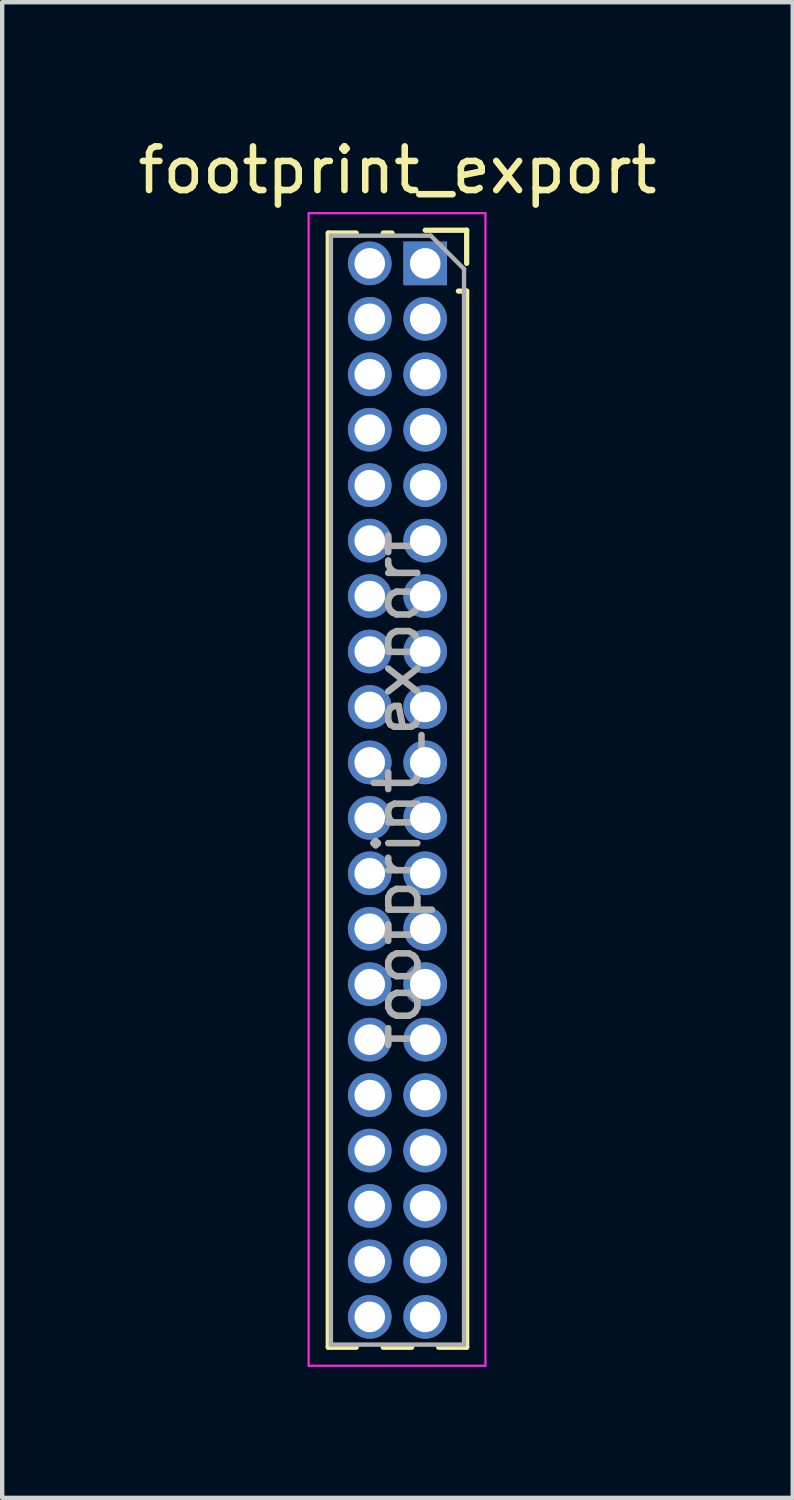
<source format=kicad_pcb>
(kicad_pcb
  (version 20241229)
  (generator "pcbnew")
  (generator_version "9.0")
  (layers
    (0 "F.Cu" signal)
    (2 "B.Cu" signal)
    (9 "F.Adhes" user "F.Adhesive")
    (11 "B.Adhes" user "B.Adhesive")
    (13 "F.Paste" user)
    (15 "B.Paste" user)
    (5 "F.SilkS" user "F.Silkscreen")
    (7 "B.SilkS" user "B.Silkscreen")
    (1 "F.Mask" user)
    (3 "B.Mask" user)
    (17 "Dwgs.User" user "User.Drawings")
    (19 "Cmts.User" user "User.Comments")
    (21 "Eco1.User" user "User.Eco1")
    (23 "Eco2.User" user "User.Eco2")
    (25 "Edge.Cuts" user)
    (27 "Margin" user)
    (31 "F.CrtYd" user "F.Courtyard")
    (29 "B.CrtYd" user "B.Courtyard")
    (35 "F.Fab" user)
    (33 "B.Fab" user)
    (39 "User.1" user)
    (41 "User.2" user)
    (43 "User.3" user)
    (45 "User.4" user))
  (footprint "footprint_export"
    (layer "F.Cu")
    (at 6.689 2.983)
    (property "Reference" "footprint_export" (at -0.635 -2.135 0) (layer "F.SilkS") (effects (font (size 1 1) (thickness 0.15))))
    (attr through_hole)
    (fp_line (start -2.22 -0.695) (end -2.22 24.825) (stroke (width 0.12) (type solid)) (layer "F.SilkS"))
    (fp_line (start -2.22 -0.695) (end -1.578 -0.695) (stroke (width 0.12) (type solid)) (layer "F.SilkS"))
    (fp_line (start -2.22 24.825) (end -1.578 24.825) (stroke (width 0.12) (type solid)) (layer "F.SilkS"))
    (fp_line (start -0.962 -0.695) (end -0.76 -0.695) (stroke (width 0.12) (type solid)) (layer "F.SilkS"))
    (fp_line (start -0.962 24.825) (end -0.308 24.825) (stroke (width 0.12) (type solid)) (layer "F.SilkS"))
    (fp_line (start 0 -0.76) (end 0.95 -0.76) (stroke (width 0.12) (type solid)) (layer "F.SilkS"))
    (fp_line (start 0.308 24.825) (end 0.95 24.825) (stroke (width 0.12) (type solid)) (layer "F.SilkS"))
    (fp_line (start 0.76 0.635) (end 0.95 0.635) (stroke (width 0.12) (type solid)) (layer "F.SilkS"))
    (fp_line (start 0.95 -0.76) (end 0.95 0) (stroke (width 0.12) (type solid)) (layer "F.SilkS"))
    (fp_line (start 0.95 0.635) (end 0.95 24.825) (stroke (width 0.12) (type solid)) (layer "F.SilkS"))
    (fp_line (start -2.67 -1.15) (end 1.38 -1.15) (stroke (width 0.05) (type solid)) (layer "F.CrtYd"))
    (fp_line (start -2.67 25.25) (end -2.67 -1.15) (stroke (width 0.05) (type solid)) (layer "F.CrtYd"))
    (fp_line (start 1.38 -1.15) (end 1.38 25.25) (stroke (width 0.05) (type solid)) (layer "F.CrtYd"))
    (fp_line (start 1.38 25.25) (end -2.67 25.25) (stroke (width 0.05) (type solid)) (layer "F.CrtYd"))
    (fp_line (start -2.16 -0.635) (end 0.128 -0.635) (stroke (width 0.1) (type solid)) (layer "F.Fab"))
    (fp_line (start -2.16 24.765) (end -2.16 -0.635) (stroke (width 0.1) (type solid)) (layer "F.Fab"))
    (fp_line (start 0.128 -0.635) (end 0.89 0.128) (stroke (width 0.1) (type solid)) (layer "F.Fab"))
    (fp_line (start 0.89 0.128) (end 0.89 24.765) (stroke (width 0.1) (type solid)) (layer "F.Fab"))
    (fp_line (start 0.89 24.765) (end -2.16 24.765) (stroke (width 0.1) (type solid)) (layer "F.Fab"))
    (fp_text user "${REFERENCE}" (at -0.635 12.065 90) (layer "F.Fab") (effects (font (size 1 1) (thickness 0.15))))
    (pad "1" thru_hole rect (at 0 0) (size 1 1) (drill 0.7) (layers "*.Cu" "*.Mask"))
    (pad "2" thru_hole oval (at -1.27 0) (size 1 1) (drill 0.7) (layers "*.Cu" "*.Mask"))
    (pad "3" thru_hole oval (at 0 1.27) (size 1 1) (drill 0.7) (layers "*.Cu" "*.Mask"))
    (pad "4" thru_hole oval (at -1.27 1.27) (size 1 1) (drill 0.7) (layers "*.Cu" "*.Mask"))
    (pad "5" thru_hole oval (at 0 2.54) (size 1 1) (drill 0.7) (layers "*.Cu" "*.Mask"))
    (pad "6" thru_hole oval (at -1.27 2.54) (size 1 1) (drill 0.7) (layers "*.Cu" "*.Mask"))
    (pad "7" thru_hole oval (at 0 3.81) (size 1 1) (drill 0.7) (layers "*.Cu" "*.Mask"))
    (pad "8" thru_hole oval (at -1.27 3.81) (size 1 1) (drill 0.7) (layers "*.Cu" "*.Mask"))
    (pad "9" thru_hole oval (at 0 5.08) (size 1 1) (drill 0.7) (layers "*.Cu" "*.Mask"))
    (pad "10" thru_hole oval (at -1.27 5.08) (size 1 1) (drill 0.7) (layers "*.Cu" "*.Mask"))
    (pad "11" thru_hole oval (at 0 6.35) (size 1 1) (drill 0.7) (layers "*.Cu" "*.Mask"))
    (pad "12" thru_hole oval (at -1.27 6.35) (size 1 1) (drill 0.7) (layers "*.Cu" "*.Mask"))
    (pad "13" thru_hole oval (at 0 7.62) (size 1 1) (drill 0.7) (layers "*.Cu" "*.Mask"))
    (pad "14" thru_hole oval (at -1.27 7.62) (size 1 1) (drill 0.7) (layers "*.Cu" "*.Mask"))
    (pad "15" thru_hole oval (at 0 8.89) (size 1 1) (drill 0.7) (layers "*.Cu" "*.Mask"))
    (pad "16" thru_hole oval (at -1.27 8.89) (size 1 1) (drill 0.7) (layers "*.Cu" "*.Mask"))
    (pad "17" thru_hole oval (at 0 10.16) (size 1 1) (drill 0.7) (layers "*.Cu" "*.Mask"))
    (pad "18" thru_hole oval (at -1.27 10.16) (size 1 1) (drill 0.7) (layers "*.Cu" "*.Mask"))
    (pad "19" thru_hole oval (at 0 11.43) (size 1 1) (drill 0.7) (layers "*.Cu" "*.Mask"))
    (pad "20" thru_hole oval (at -1.27 11.43) (size 1 1) (drill 0.7) (layers "*.Cu" "*.Mask"))
    (pad "21" thru_hole oval (at 0 12.7) (size 1 1) (drill 0.7) (layers "*.Cu" "*.Mask"))
    (pad "22" thru_hole oval (at -1.27 12.7) (size 1 1) (drill 0.7) (layers "*.Cu" "*.Mask"))
    (pad "23" thru_hole oval (at 0 13.97) (size 1 1) (drill 0.7) (layers "*.Cu" "*.Mask"))
    (pad "24" thru_hole oval (at -1.27 13.97) (size 1 1) (drill 0.7) (layers "*.Cu" "*.Mask"))
    (pad "25" thru_hole oval (at 0 15.24) (size 1 1) (drill 0.7) (layers "*.Cu" "*.Mask"))
    (pad "26" thru_hole oval (at -1.27 15.24) (size 1 1) (drill 0.7) (layers "*.Cu" "*.Mask"))
    (pad "27" thru_hole oval (at 0 16.51) (size 1 1) (drill 0.7) (layers "*.Cu" "*.Mask"))
    (pad "28" thru_hole oval (at -1.27 16.51) (size 1 1) (drill 0.7) (layers "*.Cu" "*.Mask"))
    (pad "29" thru_hole oval (at 0 17.78) (size 1 1) (drill 0.7) (layers "*.Cu" "*.Mask"))
    (pad "30" thru_hole oval (at -1.27 17.78) (size 1 1) (drill 0.7) (layers "*.Cu" "*.Mask"))
    (pad "31" thru_hole oval (at 0 19.05) (size 1 1) (drill 0.7) (layers "*.Cu" "*.Mask"))
    (pad "32" thru_hole oval (at -1.27 19.05) (size 1 1) (drill 0.7) (layers "*.Cu" "*.Mask"))
    (pad "33" thru_hole oval (at 0 20.32) (size 1 1) (drill 0.7) (layers "*.Cu" "*.Mask"))
    (pad "34" thru_hole oval (at -1.27 20.32) (size 1 1) (drill 0.7) (layers "*.Cu" "*.Mask"))
    (pad "35" thru_hole oval (at 0 21.59) (size 1 1) (drill 0.7) (layers "*.Cu" "*.Mask"))
    (pad "36" thru_hole oval (at -1.27 21.59) (size 1 1) (drill 0.7) (layers "*.Cu" "*.Mask"))
    (pad "37" thru_hole oval (at 0 22.86) (size 1 1) (drill 0.7) (layers "*.Cu" "*.Mask"))
    (pad "38" thru_hole oval (at -1.27 22.86) (size 1 1) (drill 0.7) (layers "*.Cu" "*.Mask"))
    (pad "39" thru_hole oval (at 0 24.13) (size 1 1) (drill 0.7) (layers "*.Cu" "*.Mask"))
    (pad "40" thru_hole oval (at -1.27 24.13) (size 1 1) (drill 0.7) (layers "*.Cu" "*.Mask")))
  (gr_rect
    (start -3 -3)
    (end 15.107 31.258)
    (stroke (width 0.1) (type default))
    (fill no)
    (layer "Edge.Cuts")))
</source>
